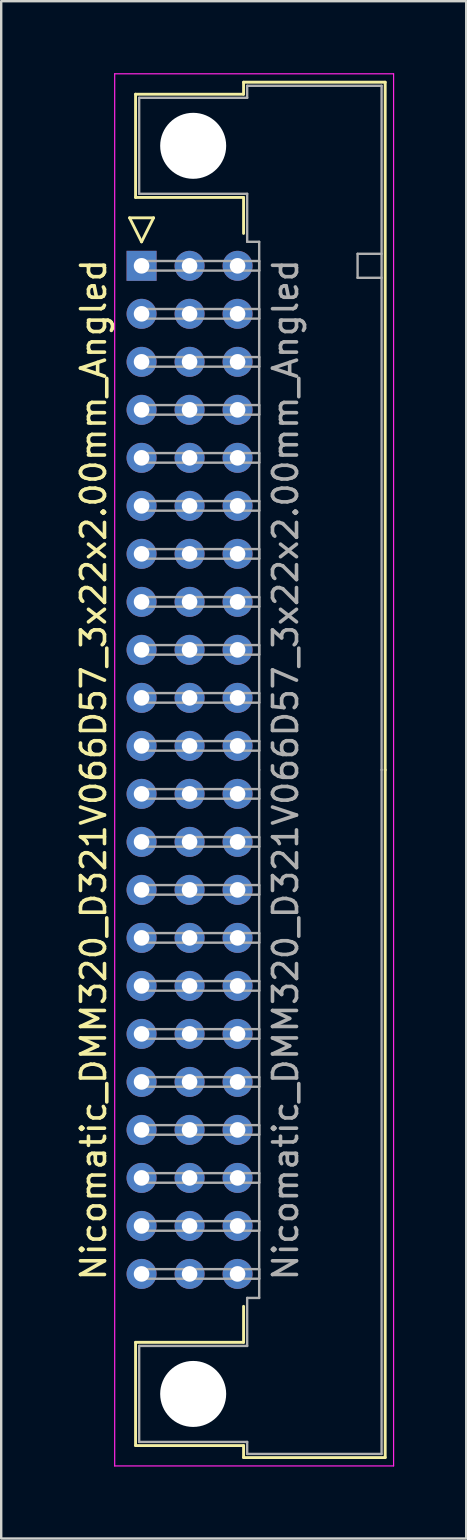
<source format=kicad_pcb>
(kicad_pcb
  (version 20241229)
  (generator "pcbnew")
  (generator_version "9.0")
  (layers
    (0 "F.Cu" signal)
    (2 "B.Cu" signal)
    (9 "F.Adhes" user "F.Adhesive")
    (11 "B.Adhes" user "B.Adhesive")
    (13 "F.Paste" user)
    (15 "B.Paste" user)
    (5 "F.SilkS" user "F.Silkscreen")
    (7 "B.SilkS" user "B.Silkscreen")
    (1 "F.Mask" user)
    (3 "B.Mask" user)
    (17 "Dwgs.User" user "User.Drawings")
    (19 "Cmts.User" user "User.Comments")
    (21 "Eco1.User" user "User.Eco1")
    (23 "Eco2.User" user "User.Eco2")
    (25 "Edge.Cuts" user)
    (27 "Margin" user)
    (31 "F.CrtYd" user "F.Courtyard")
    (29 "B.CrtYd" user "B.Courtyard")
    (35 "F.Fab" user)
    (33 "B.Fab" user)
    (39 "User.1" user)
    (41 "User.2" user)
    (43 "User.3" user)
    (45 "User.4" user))
  (footprint "Nicomatic_DMM320_D321V066D57_3x22x2.00mm_Angled"
    (layer "F.Cu")
    (at 2.848 8.025)
    (property "Reference" "Nicomatic_DMM320_D321V066D57_3x22x2.00mm_Angled" (at -2 21 90) (layer "F.SilkS") (effects (font (size 1 1) (thickness 0.15))))
    (attr through_hole)
    (fp_line (start -0.5 -2) (end 0 -1) (stroke (width 0.12) (type solid)) (layer "F.SilkS"))
    (fp_line (start -0.25 -7.15) (end -0.25 -2.85) (stroke (width 0.12) (type solid)) (layer "F.SilkS"))
    (fp_line (start -0.25 -2.85) (end 4.25 -2.85) (stroke (width 0.12) (type solid)) (layer "F.SilkS"))
    (fp_line (start -0.25 44.85) (end 4.25 44.85) (stroke (width 0.12) (type solid)) (layer "F.SilkS"))
    (fp_line (start -0.25 49.15) (end -0.25 44.85) (stroke (width 0.12) (type solid)) (layer "F.SilkS"))
    (fp_line (start 0 -1) (end 0.5 -2) (stroke (width 0.12) (type solid)) (layer "F.SilkS"))
    (fp_line (start 0.5 -2) (end -0.5 -2) (stroke (width 0.12) (type solid)) (layer "F.SilkS"))
    (fp_line (start 4.25 -7.65) (end 4.25 -7.15) (stroke (width 0.12) (type solid)) (layer "F.SilkS"))
    (fp_line (start 4.25 -7.15) (end -0.25 -7.15) (stroke (width 0.12) (type solid)) (layer "F.SilkS"))
    (fp_line (start 4.25 -2.85) (end 4.25 -1.35) (stroke (width 0.12) (type solid)) (layer "F.SilkS"))
    (fp_line (start 4.25 44.85) (end 4.25 43.35) (stroke (width 0.12) (type solid)) (layer "F.SilkS"))
    (fp_line (start 4.25 49.15) (end -0.25 49.15) (stroke (width 0.12) (type solid)) (layer "F.SilkS"))
    (fp_line (start 4.25 49.65) (end 4.25 49.15) (stroke (width 0.12) (type solid)) (layer "F.SilkS"))
    (fp_line (start 10.15 -7.65) (end 4.25 -7.65) (stroke (width 0.12) (type solid)) (layer "F.SilkS"))
    (fp_line (start 10.15 21) (end 10.15 -7.65) (stroke (width 0.12) (type solid)) (layer "F.SilkS"))
    (fp_line (start 10.15 21) (end 10.15 49.65) (stroke (width 0.12) (type solid)) (layer "F.SilkS"))
    (fp_line (start 10.15 49.65) (end 4.25 49.65) (stroke (width 0.12) (type solid)) (layer "F.SilkS"))
    (fp_line (start -1.12 -8) (end -1.12 50) (stroke (width 0.05) (type solid)) (layer "F.CrtYd"))
    (fp_line (start -1.12 50) (end 10.5 50) (stroke (width 0.05) (type solid)) (layer "F.CrtYd"))
    (fp_line (start 10.5 -8) (end -1.12 -8) (stroke (width 0.05) (type solid)) (layer "F.CrtYd"))
    (fp_line (start 10.5 50) (end 10.5 -8) (stroke (width 0.05) (type solid)) (layer "F.CrtYd"))
    (fp_line (start -0.1 -7) (end -0.1 -3) (stroke (width 0.1) (type solid)) (layer "F.Fab"))
    (fp_line (start -0.1 -3) (end 4.4 -3) (stroke (width 0.1) (type solid)) (layer "F.Fab"))
    (fp_line (start -0.1 45) (end 4.4 45) (stroke (width 0.1) (type solid)) (layer "F.Fab"))
    (fp_line (start -0.1 49) (end -0.1 45) (stroke (width 0.1) (type solid)) (layer "F.Fab"))
    (fp_line (start 0 -0.2) (end 0 0.2) (stroke (width 0.1) (type solid)) (layer "F.Fab"))
    (fp_line (start 0 0.2) (end 4.9 0.2) (stroke (width 0.1) (type solid)) (layer "F.Fab"))
    (fp_line (start 0 1.8) (end 0 2.2) (stroke (width 0.1) (type solid)) (layer "F.Fab"))
    (fp_line (start 0 2.2) (end 4.9 2.2) (stroke (width 0.1) (type solid)) (layer "F.Fab"))
    (fp_line (start 0 3.8) (end 0 4.2) (stroke (width 0.1) (type solid)) (layer "F.Fab"))
    (fp_line (start 0 4.2) (end 4.9 4.2) (stroke (width 0.1) (type solid)) (layer "F.Fab"))
    (fp_line (start 0 5.8) (end 0 6.2) (stroke (width 0.1) (type solid)) (layer "F.Fab"))
    (fp_line (start 0 6.2) (end 4.9 6.2) (stroke (width 0.1) (type solid)) (layer "F.Fab"))
    (fp_line (start 0 7.8) (end 0 8.2) (stroke (width 0.1) (type solid)) (layer "F.Fab"))
    (fp_line (start 0 8.2) (end 4.9 8.2) (stroke (width 0.1) (type solid)) (layer "F.Fab"))
    (fp_line (start 0 9.8) (end 0 10.2) (stroke (width 0.1) (type solid)) (layer "F.Fab"))
    (fp_line (start 0 10.2) (end 4.9 10.2) (stroke (width 0.1) (type solid)) (layer "F.Fab"))
    (fp_line (start 0 11.8) (end 0 12.2) (stroke (width 0.1) (type solid)) (layer "F.Fab"))
    (fp_line (start 0 12.2) (end 4.9 12.2) (stroke (width 0.1) (type solid)) (layer "F.Fab"))
    (fp_line (start 0 13.8) (end 0 14.2) (stroke (width 0.1) (type solid)) (layer "F.Fab"))
    (fp_line (start 0 14.2) (end 4.9 14.2) (stroke (width 0.1) (type solid)) (layer "F.Fab"))
    (fp_line (start 0 15.8) (end 0 16.2) (stroke (width 0.1) (type solid)) (layer "F.Fab"))
    (fp_line (start 0 16.2) (end 4.9 16.2) (stroke (width 0.1) (type solid)) (layer "F.Fab"))
    (fp_line (start 0 17.8) (end 0 18.2) (stroke (width 0.1) (type solid)) (layer "F.Fab"))
    (fp_line (start 0 18.2) (end 4.9 18.2) (stroke (width 0.1) (type solid)) (layer "F.Fab"))
    (fp_line (start 0 19.8) (end 0 20.2) (stroke (width 0.1) (type solid)) (layer "F.Fab"))
    (fp_line (start 0 20.2) (end 4.9 20.2) (stroke (width 0.1) (type solid)) (layer "F.Fab"))
    (fp_line (start 0 21.8) (end 0 22.2) (stroke (width 0.1) (type solid)) (layer "F.Fab"))
    (fp_line (start 0 22.2) (end 4.9 22.2) (stroke (width 0.1) (type solid)) (layer "F.Fab"))
    (fp_line (start 0 23.8) (end 0 24.2) (stroke (width 0.1) (type solid)) (layer "F.Fab"))
    (fp_line (start 0 24.2) (end 4.9 24.2) (stroke (width 0.1) (type solid)) (layer "F.Fab"))
    (fp_line (start 0 25.8) (end 0 26.2) (stroke (width 0.1) (type solid)) (layer "F.Fab"))
    (fp_line (start 0 26.2) (end 4.9 26.2) (stroke (width 0.1) (type solid)) (layer "F.Fab"))
    (fp_line (start 0 27.8) (end 0 28.2) (stroke (width 0.1) (type solid)) (layer "F.Fab"))
    (fp_line (start 0 28.2) (end 4.9 28.2) (stroke (width 0.1) (type solid)) (layer "F.Fab"))
    (fp_line (start 0 29.8) (end 0 30.2) (stroke (width 0.1) (type solid)) (layer "F.Fab"))
    (fp_line (start 0 30.2) (end 4.9 30.2) (stroke (width 0.1) (type solid)) (layer "F.Fab"))
    (fp_line (start 0 31.8) (end 0 32.2) (stroke (width 0.1) (type solid)) (layer "F.Fab"))
    (fp_line (start 0 32.2) (end 4.9 32.2) (stroke (width 0.1) (type solid)) (layer "F.Fab"))
    (fp_line (start 0 33.8) (end 0 34.2) (stroke (width 0.1) (type solid)) (layer "F.Fab"))
    (fp_line (start 0 34.2) (end 4.9 34.2) (stroke (width 0.1) (type solid)) (layer "F.Fab"))
    (fp_line (start 0 35.8) (end 0 36.2) (stroke (width 0.1) (type solid)) (layer "F.Fab"))
    (fp_line (start 0 36.2) (end 4.9 36.2) (stroke (width 0.1) (type solid)) (layer "F.Fab"))
    (fp_line (start 0 37.8) (end 0 38.2) (stroke (width 0.1) (type solid)) (layer "F.Fab"))
    (fp_line (start 0 38.2) (end 4.9 38.2) (stroke (width 0.1) (type solid)) (layer "F.Fab"))
    (fp_line (start 0 39.8) (end 0 40.2) (stroke (width 0.1) (type solid)) (layer "F.Fab"))
    (fp_line (start 0 40.2) (end 4.9 40.2) (stroke (width 0.1) (type solid)) (layer "F.Fab"))
    (fp_line (start 0 41.8) (end 0 42.2) (stroke (width 0.1) (type solid)) (layer "F.Fab"))
    (fp_line (start 0 42.2) (end 4.9 42.2) (stroke (width 0.1) (type solid)) (layer "F.Fab"))
    (fp_line (start 4.4 -7.5) (end 4.4 -7) (stroke (width 0.1) (type solid)) (layer "F.Fab"))
    (fp_line (start 4.4 -7) (end -0.1 -7) (stroke (width 0.1) (type solid)) (layer "F.Fab"))
    (fp_line (start 4.4 -3) (end 4.4 -1) (stroke (width 0.1) (type solid)) (layer "F.Fab"))
    (fp_line (start 4.4 -1) (end 4.9 -1) (stroke (width 0.1) (type solid)) (layer "F.Fab"))
    (fp_line (start 4.4 43) (end 4.9 43) (stroke (width 0.1) (type solid)) (layer "F.Fab"))
    (fp_line (start 4.4 45) (end 4.4 43) (stroke (width 0.1) (type solid)) (layer "F.Fab"))
    (fp_line (start 4.4 49) (end -0.1 49) (stroke (width 0.1) (type solid)) (layer "F.Fab"))
    (fp_line (start 4.4 49.5) (end 4.4 49) (stroke (width 0.1) (type solid)) (layer "F.Fab"))
    (fp_line (start 4.9 -1) (end 4.9 21) (stroke (width 0.1) (type solid)) (layer "F.Fab"))
    (fp_line (start 4.9 -0.2) (end 0 -0.2) (stroke (width 0.1) (type solid)) (layer "F.Fab"))
    (fp_line (start 4.9 0.2) (end 4.9 -0.2) (stroke (width 0.1) (type solid)) (layer "F.Fab"))
    (fp_line (start 4.9 1.8) (end 0 1.8) (stroke (width 0.1) (type solid)) (layer "F.Fab"))
    (fp_line (start 4.9 2.2) (end 4.9 1.8) (stroke (width 0.1) (type solid)) (layer "F.Fab"))
    (fp_line (start 4.9 3.8) (end 0 3.8) (stroke (width 0.1) (type solid)) (layer "F.Fab"))
    (fp_line (start 4.9 4.2) (end 4.9 3.8) (stroke (width 0.1) (type solid)) (layer "F.Fab"))
    (fp_line (start 4.9 5.8) (end 0 5.8) (stroke (width 0.1) (type solid)) (layer "F.Fab"))
    (fp_line (start 4.9 6.2) (end 4.9 5.8) (stroke (width 0.1) (type solid)) (layer "F.Fab"))
    (fp_line (start 4.9 7.8) (end 0 7.8) (stroke (width 0.1) (type solid)) (layer "F.Fab"))
    (fp_line (start 4.9 8.2) (end 4.9 7.8) (stroke (width 0.1) (type solid)) (layer "F.Fab"))
    (fp_line (start 4.9 9.8) (end 0 9.8) (stroke (width 0.1) (type solid)) (layer "F.Fab"))
    (fp_line (start 4.9 10.2) (end 4.9 9.8) (stroke (width 0.1) (type solid)) (layer "F.Fab"))
    (fp_line (start 4.9 11.8) (end 0 11.8) (stroke (width 0.1) (type solid)) (layer "F.Fab"))
    (fp_line (start 4.9 12.2) (end 4.9 11.8) (stroke (width 0.1) (type solid)) (layer "F.Fab"))
    (fp_line (start 4.9 13.8) (end 0 13.8) (stroke (width 0.1) (type solid)) (layer "F.Fab"))
    (fp_line (start 4.9 14.2) (end 4.9 13.8) (stroke (width 0.1) (type solid)) (layer "F.Fab"))
    (fp_line (start 4.9 15.8) (end 0 15.8) (stroke (width 0.1) (type solid)) (layer "F.Fab"))
    (fp_line (start 4.9 16.2) (end 4.9 15.8) (stroke (width 0.1) (type solid)) (layer "F.Fab"))
    (fp_line (start 4.9 17.8) (end 0 17.8) (stroke (width 0.1) (type solid)) (layer "F.Fab"))
    (fp_line (start 4.9 18.2) (end 4.9 17.8) (stroke (width 0.1) (type solid)) (layer "F.Fab"))
    (fp_line (start 4.9 19.8) (end 0 19.8) (stroke (width 0.1) (type solid)) (layer "F.Fab"))
    (fp_line (start 4.9 20.2) (end 4.9 19.8) (stroke (width 0.1) (type solid)) (layer "F.Fab"))
    (fp_line (start 4.9 21.8) (end 0 21.8) (stroke (width 0.1) (type solid)) (layer "F.Fab"))
    (fp_line (start 4.9 22.2) (end 4.9 21.8) (stroke (width 0.1) (type solid)) (layer "F.Fab"))
    (fp_line (start 4.9 23.8) (end 0 23.8) (stroke (width 0.1) (type solid)) (layer "F.Fab"))
    (fp_line (start 4.9 24.2) (end 4.9 23.8) (stroke (width 0.1) (type solid)) (layer "F.Fab"))
    (fp_line (start 4.9 25.8) (end 0 25.8) (stroke (width 0.1) (type solid)) (layer "F.Fab"))
    (fp_line (start 4.9 26.2) (end 4.9 25.8) (stroke (width 0.1) (type solid)) (layer "F.Fab"))
    (fp_line (start 4.9 27.8) (end 0 27.8) (stroke (width 0.1) (type solid)) (layer "F.Fab"))
    (fp_line (start 4.9 28.2) (end 4.9 27.8) (stroke (width 0.1) (type solid)) (layer "F.Fab"))
    (fp_line (start 4.9 29.8) (end 0 29.8) (stroke (width 0.1) (type solid)) (layer "F.Fab"))
    (fp_line (start 4.9 30.2) (end 4.9 29.8) (stroke (width 0.1) (type solid)) (layer "F.Fab"))
    (fp_line (start 4.9 31.8) (end 0 31.8) (stroke (width 0.1) (type solid)) (layer "F.Fab"))
    (fp_line (start 4.9 32.2) (end 4.9 31.8) (stroke (width 0.1) (type solid)) (layer "F.Fab"))
    (fp_line (start 4.9 33.8) (end 0 33.8) (stroke (width 0.1) (type solid)) (layer "F.Fab"))
    (fp_line (start 4.9 34.2) (end 4.9 33.8) (stroke (width 0.1) (type solid)) (layer "F.Fab"))
    (fp_line (start 4.9 35.8) (end 0 35.8) (stroke (width 0.1) (type solid)) (layer "F.Fab"))
    (fp_line (start 4.9 36.2) (end 4.9 35.8) (stroke (width 0.1) (type solid)) (layer "F.Fab"))
    (fp_line (start 4.9 37.8) (end 0 37.8) (stroke (width 0.1) (type solid)) (layer "F.Fab"))
    (fp_line (start 4.9 38.2) (end 4.9 37.8) (stroke (width 0.1) (type solid)) (layer "F.Fab"))
    (fp_line (start 4.9 39.8) (end 0 39.8) (stroke (width 0.1) (type solid)) (layer "F.Fab"))
    (fp_line (start 4.9 40.2) (end 4.9 39.8) (stroke (width 0.1) (type solid)) (layer "F.Fab"))
    (fp_line (start 4.9 41.8) (end 0 41.8) (stroke (width 0.1) (type solid)) (layer "F.Fab"))
    (fp_line (start 4.9 42.2) (end 4.9 41.8) (stroke (width 0.1) (type solid)) (layer "F.Fab"))
    (fp_line (start 4.9 43) (end 4.9 21) (stroke (width 0.1) (type solid)) (layer "F.Fab"))
    (fp_line (start 9 -0.5) (end 9 0.5) (stroke (width 0.1) (type solid)) (layer "F.Fab"))
    (fp_line (start 9 0.5) (end 10 0.5) (stroke (width 0.1) (type solid)) (layer "F.Fab"))
    (fp_line (start 10 -7.5) (end 4.4 -7.5) (stroke (width 0.1) (type solid)) (layer "F.Fab"))
    (fp_line (start 10 -0.5) (end 9 -0.5) (stroke (width 0.1) (type solid)) (layer "F.Fab"))
    (fp_line (start 10 21) (end 10 -7.5) (stroke (width 0.1) (type solid)) (layer "F.Fab"))
    (fp_line (start 10 21) (end 10 49.5) (stroke (width 0.1) (type solid)) (layer "F.Fab"))
    (fp_line (start 10 49.5) (end 4.4 49.5) (stroke (width 0.1) (type solid)) (layer "F.Fab"))
    (fp_text user "${REFERENCE}" (at 6 21 90) (layer "F.Fab") (effects (font (size 1 1) (thickness 0.15))))
    (pad "" np_thru_hole circle (at 2.15 -5) (size 2.75 2.75) (drill 2.75) (layers "*.Cu" "*.Mask"))
    (pad "" np_thru_hole circle (at 2.15 47) (size 2.75 2.75) (drill 2.75) (layers "*.Cu" "*.Mask"))
    (pad "1" thru_hole rect (at 0 0) (size 1.25 1.25) (drill 0.65) (layers "*.Cu" "*.Mask"))
    (pad "2" thru_hole oval (at 0 2) (size 1.25 1.25) (drill 0.65) (layers "*.Cu" "*.Mask"))
    (pad "3" thru_hole oval (at 0 4) (size 1.25 1.25) (drill 0.65) (layers "*.Cu" "*.Mask"))
    (pad "4" thru_hole oval (at 0 6) (size 1.25 1.25) (drill 0.65) (layers "*.Cu" "*.Mask"))
    (pad "5" thru_hole oval (at 0 8) (size 1.25 1.25) (drill 0.65) (layers "*.Cu" "*.Mask"))
    (pad "6" thru_hole oval (at 0 10) (size 1.25 1.25) (drill 0.65) (layers "*.Cu" "*.Mask"))
    (pad "7" thru_hole oval (at 0 12) (size 1.25 1.25) (drill 0.65) (layers "*.Cu" "*.Mask"))
    (pad "8" thru_hole oval (at 0 14) (size 1.25 1.25) (drill 0.65) (layers "*.Cu" "*.Mask"))
    (pad "9" thru_hole oval (at 0 16) (size 1.25 1.25) (drill 0.65) (layers "*.Cu" "*.Mask"))
    (pad "10" thru_hole oval (at 0 18) (size 1.25 1.25) (drill 0.65) (layers "*.Cu" "*.Mask"))
    (pad "11" thru_hole oval (at 0 20) (size 1.25 1.25) (drill 0.65) (layers "*.Cu" "*.Mask"))
    (pad "12" thru_hole oval (at 0 22) (size 1.25 1.25) (drill 0.65) (layers "*.Cu" "*.Mask"))
    (pad "13" thru_hole oval (at 0 24) (size 1.25 1.25) (drill 0.65) (layers "*.Cu" "*.Mask"))
    (pad "14" thru_hole oval (at 0 26) (size 1.25 1.25) (drill 0.65) (layers "*.Cu" "*.Mask"))
    (pad "15" thru_hole oval (at 0 28) (size 1.25 1.25) (drill 0.65) (layers "*.Cu" "*.Mask"))
    (pad "16" thru_hole oval (at 0 30) (size 1.25 1.25) (drill 0.65) (layers "*.Cu" "*.Mask"))
    (pad "17" thru_hole oval (at 0 32) (size 1.25 1.25) (drill 0.65) (layers "*.Cu" "*.Mask"))
    (pad "18" thru_hole oval (at 0 34) (size 1.25 1.25) (drill 0.65) (layers "*.Cu" "*.Mask"))
    (pad "19" thru_hole oval (at 0 36) (size 1.25 1.25) (drill 0.65) (layers "*.Cu" "*.Mask"))
    (pad "20" thru_hole oval (at 0 38) (size 1.25 1.25) (drill 0.65) (layers "*.Cu" "*.Mask"))
    (pad "21" thru_hole oval (at 0 40) (size 1.25 1.25) (drill 0.65) (layers "*.Cu" "*.Mask"))
    (pad "22" thru_hole oval (at 0 42) (size 1.25 1.25) (drill 0.65) (layers "*.Cu" "*.Mask"))
    (pad "23" thru_hole oval (at 2 0) (size 1.25 1.25) (drill 0.65) (layers "*.Cu" "*.Mask"))
    (pad "24" thru_hole oval (at 2 2) (size 1.25 1.25) (drill 0.65) (layers "*.Cu" "*.Mask"))
    (pad "25" thru_hole oval (at 2 4) (size 1.25 1.25) (drill 0.65) (layers "*.Cu" "*.Mask"))
    (pad "26" thru_hole oval (at 2 6) (size 1.25 1.25) (drill 0.65) (layers "*.Cu" "*.Mask"))
    (pad "27" thru_hole oval (at 2 8) (size 1.25 1.25) (drill 0.65) (layers "*.Cu" "*.Mask"))
    (pad "28" thru_hole oval (at 2 10) (size 1.25 1.25) (drill 0.65) (layers "*.Cu" "*.Mask"))
    (pad "29" thru_hole oval (at 2 12) (size 1.25 1.25) (drill 0.65) (layers "*.Cu" "*.Mask"))
    (pad "30" thru_hole oval (at 2 14) (size 1.25 1.25) (drill 0.65) (layers "*.Cu" "*.Mask"))
    (pad "31" thru_hole oval (at 2 16) (size 1.25 1.25) (drill 0.65) (layers "*.Cu" "*.Mask"))
    (pad "32" thru_hole oval (at 2 18) (size 1.25 1.25) (drill 0.65) (layers "*.Cu" "*.Mask"))
    (pad "33" thru_hole oval (at 2 20) (size 1.25 1.25) (drill 0.65) (layers "*.Cu" "*.Mask"))
    (pad "34" thru_hole oval (at 2 22) (size 1.25 1.25) (drill 0.65) (layers "*.Cu" "*.Mask"))
    (pad "35" thru_hole oval (at 2 24) (size 1.25 1.25) (drill 0.65) (layers "*.Cu" "*.Mask"))
    (pad "36" thru_hole oval (at 2 26) (size 1.25 1.25) (drill 0.65) (layers "*.Cu" "*.Mask"))
    (pad "37" thru_hole oval (at 2 28) (size 1.25 1.25) (drill 0.65) (layers "*.Cu" "*.Mask"))
    (pad "38" thru_hole oval (at 2 30) (size 1.25 1.25) (drill 0.65) (layers "*.Cu" "*.Mask"))
    (pad "39" thru_hole oval (at 2 32) (size 1.25 1.25) (drill 0.65) (layers "*.Cu" "*.Mask"))
    (pad "40" thru_hole oval (at 2 34) (size 1.25 1.25) (drill 0.65) (layers "*.Cu" "*.Mask"))
    (pad "41" thru_hole oval (at 2 36) (size 1.25 1.25) (drill 0.65) (layers "*.Cu" "*.Mask"))
    (pad "42" thru_hole oval (at 2 38) (size 1.25 1.25) (drill 0.65) (layers "*.Cu" "*.Mask"))
    (pad "43" thru_hole oval (at 2 40) (size 1.25 1.25) (drill 0.65) (layers "*.Cu" "*.Mask"))
    (pad "44" thru_hole oval (at 2 42) (size 1.25 1.25) (drill 0.65) (layers "*.Cu" "*.Mask"))
    (pad "45" thru_hole oval (at 4 0) (size 1.25 1.25) (drill 0.65) (layers "*.Cu" "*.Mask"))
    (pad "46" thru_hole oval (at 4 2) (size 1.25 1.25) (drill 0.65) (layers "*.Cu" "*.Mask"))
    (pad "47" thru_hole oval (at 4 4) (size 1.25 1.25) (drill 0.65) (layers "*.Cu" "*.Mask"))
    (pad "48" thru_hole oval (at 4 6) (size 1.25 1.25) (drill 0.65) (layers "*.Cu" "*.Mask"))
    (pad "49" thru_hole oval (at 4 8) (size 1.25 1.25) (drill 0.65) (layers "*.Cu" "*.Mask"))
    (pad "50" thru_hole oval (at 4 10) (size 1.25 1.25) (drill 0.65) (layers "*.Cu" "*.Mask"))
    (pad "51" thru_hole oval (at 4 12) (size 1.25 1.25) (drill 0.65) (layers "*.Cu" "*.Mask"))
    (pad "52" thru_hole oval (at 4 14) (size 1.25 1.25) (drill 0.65) (layers "*.Cu" "*.Mask"))
    (pad "53" thru_hole oval (at 4 16) (size 1.25 1.25) (drill 0.65) (layers "*.Cu" "*.Mask"))
    (pad "54" thru_hole oval (at 4 18) (size 1.25 1.25) (drill 0.65) (layers "*.Cu" "*.Mask"))
    (pad "55" thru_hole oval (at 4 20) (size 1.25 1.25) (drill 0.65) (layers "*.Cu" "*.Mask"))
    (pad "56" thru_hole oval (at 4 22) (size 1.25 1.25) (drill 0.65) (layers "*.Cu" "*.Mask"))
    (pad "57" thru_hole oval (at 4 24) (size 1.25 1.25) (drill 0.65) (layers "*.Cu" "*.Mask"))
    (pad "58" thru_hole oval (at 4 26) (size 1.25 1.25) (drill 0.65) (layers "*.Cu" "*.Mask"))
    (pad "59" thru_hole oval (at 4 28) (size 1.25 1.25) (drill 0.65) (layers "*.Cu" "*.Mask"))
    (pad "60" thru_hole oval (at 4 30) (size 1.25 1.25) (drill 0.65) (layers "*.Cu" "*.Mask"))
    (pad "61" thru_hole oval (at 4 32) (size 1.25 1.25) (drill 0.65) (layers "*.Cu" "*.Mask"))
    (pad "62" thru_hole oval (at 4 34) (size 1.25 1.25) (drill 0.65) (layers "*.Cu" "*.Mask"))
    (pad "63" thru_hole oval (at 4 36) (size 1.25 1.25) (drill 0.65) (layers "*.Cu" "*.Mask"))
    (pad "64" thru_hole oval (at 4 38) (size 1.25 1.25) (drill 0.65) (layers "*.Cu" "*.Mask"))
    (pad "65" thru_hole oval (at 4 40) (size 1.25 1.25) (drill 0.65) (layers "*.Cu" "*.Mask"))
    (pad "66" thru_hole oval (at 4 42) (size 1.25 1.25) (drill 0.65) (layers "*.Cu" "*.Mask")))
  (gr_rect
    (start -3 -3)
    (end 16.373 61.05)
    (stroke (width 0.1) (type default))
    (fill no)
    (layer "Edge.Cuts")))
</source>
